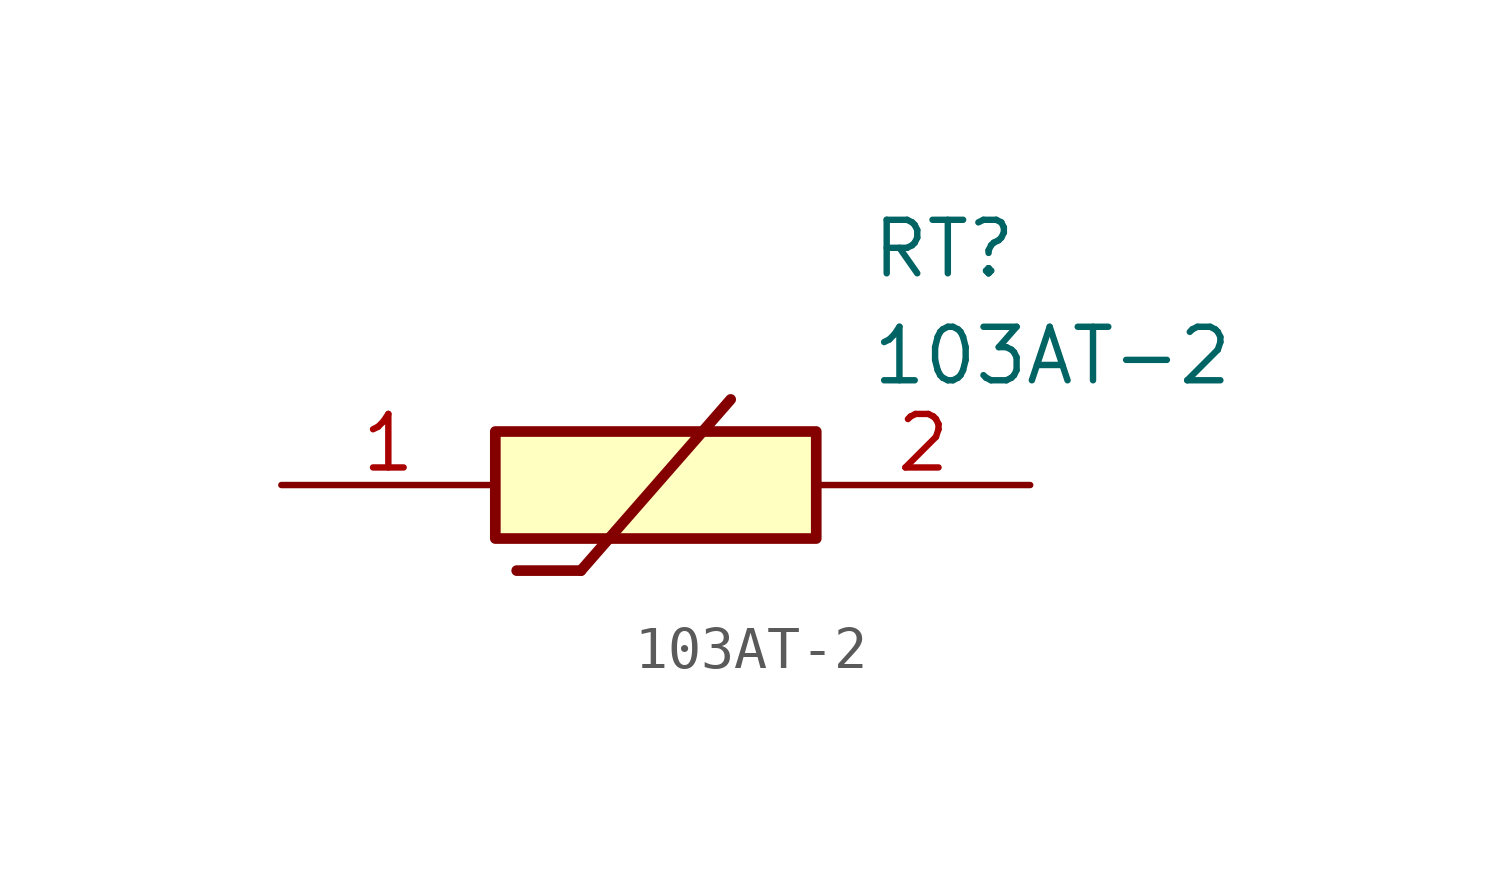
<source format=kicad_sym>
(kicad_symbol_lib
  (version 20211014)
  (generator SamacSys_ECAD_Model)
  (symbol "103AT-2"
    (pin_names hide)
    (property "Reference" "RT"
      (at 13.97 6.35 0)
      (effects (font (size 1.27 1.27)) (justify left top)))
    (property "Value" "103AT-2"
      (at 13.97 3.81 0)
      (effects (font (size 1.27 1.27)) (justify left top)))
    (rectangle
      (start 5.08 1.27)
      (end 12.7 -1.27)
      (stroke (width 0.254) (type default))
      (fill (type background)))
    (polyline
      (pts (xy 5.588 -2.032) (xy 7.112 -2.032))
      (stroke (width 0.254) (type default))
      (fill (type none)))
    (polyline
      (pts (xy 10.668 2.032) (xy 7.112 -2.032))
      (stroke (width 0.254) (type default))
      (fill (type none)))
    (pin passive line
      (at 0 0 0)
      (length 5.08)
      (name "1" (effects (font (size 1.27 1.27))))
      (number "1" (effects (font (size 1.27 1.27)))))
    (pin passive line
      (at 17.78 0 180)
      (length 5.08)
      (name "2" (effects (font (size 1.27 1.27))))
      (number "2" (effects (font (size 1.27 1.27)))))))
</source>
